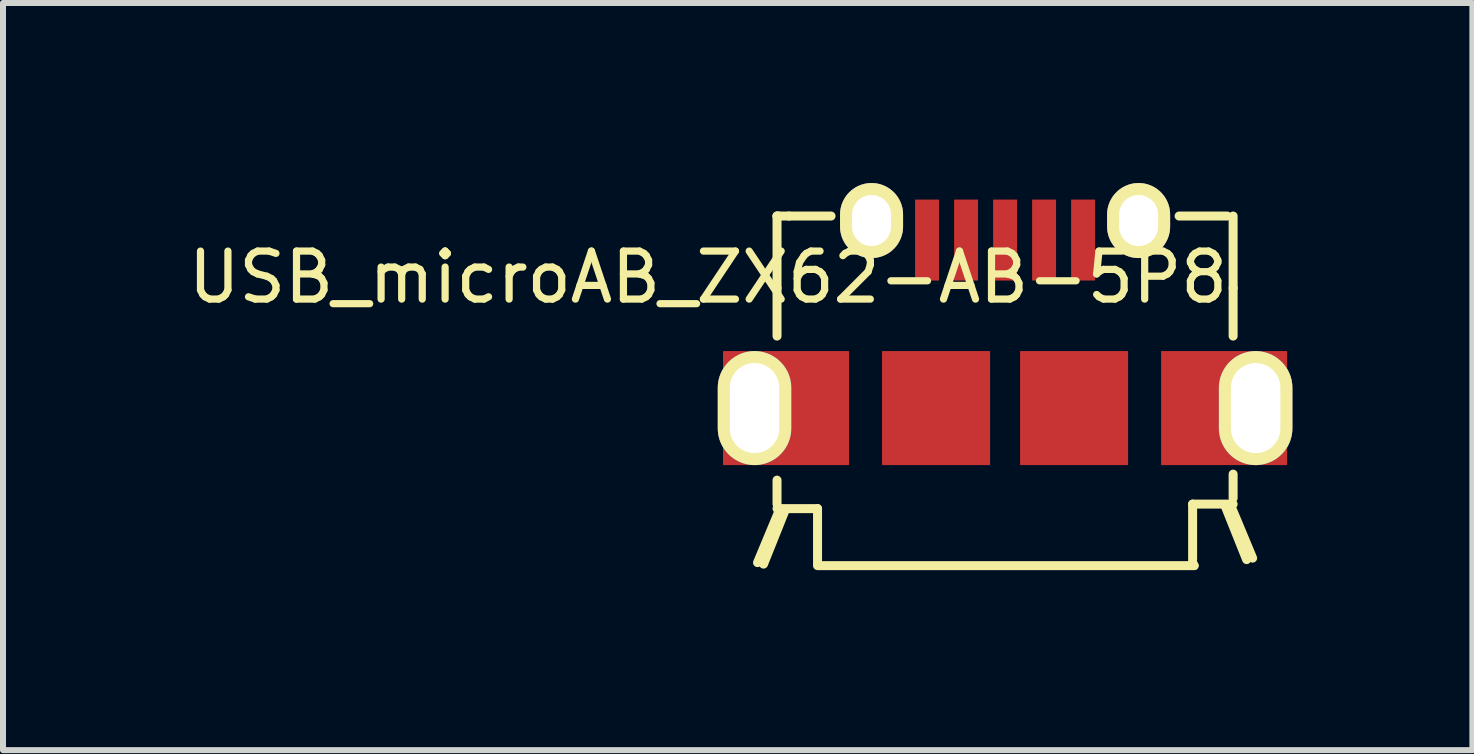
<source format=kicad_pcb>
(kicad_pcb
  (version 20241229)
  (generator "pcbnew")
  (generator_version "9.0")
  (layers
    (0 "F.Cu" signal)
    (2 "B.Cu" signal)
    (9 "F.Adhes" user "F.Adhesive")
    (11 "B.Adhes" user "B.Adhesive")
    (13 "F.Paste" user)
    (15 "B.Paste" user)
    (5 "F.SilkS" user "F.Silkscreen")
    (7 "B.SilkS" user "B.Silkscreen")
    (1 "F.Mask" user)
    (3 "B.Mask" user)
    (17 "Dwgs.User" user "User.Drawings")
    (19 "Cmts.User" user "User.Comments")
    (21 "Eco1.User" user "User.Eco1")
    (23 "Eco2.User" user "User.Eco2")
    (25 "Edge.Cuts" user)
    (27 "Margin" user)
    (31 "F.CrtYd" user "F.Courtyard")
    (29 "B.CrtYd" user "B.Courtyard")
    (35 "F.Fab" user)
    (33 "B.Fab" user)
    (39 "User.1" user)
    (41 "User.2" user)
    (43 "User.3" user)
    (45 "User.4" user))
  (footprint "USB_microAB_ZX62-AB-5P8"
    (layer "F.Cu")
    (at 13.698 0.95)
    (property "Reference" "USB_microAB_ZX62-AB-5P8" (at -4.95 0.62 0) (layer "F.SilkS") (effects (font (size 0.8 0.8) (thickness 0.12))))
    (attr smd)
    (fp_line (start -3.8 -0.4) (end -3.775 -0.4) (stroke (width 0.15) (type solid)) (layer "F.SilkS"))
    (fp_line (start -3.8 -0.4) (end -3.6 -0.4) (stroke (width 0.15) (type solid)) (layer "F.SilkS"))
    (fp_line (start -3.8 0.8) (end -3.8 -0.4) (stroke (width 0.15) (type solid)) (layer "F.SilkS"))
    (fp_line (start -3.8 4.475) (end -3.125 4.475) (stroke (width 0.15) (type solid)) (layer "F.SilkS"))
    (fp_line (start -3.8 1.6) (end -3.8 0.8) (stroke (width 0.15) (type solid)) (layer "F.SilkS"))
    (fp_line (start -3.8 4.4) (end -3.8 4.001) (stroke (width 0.15) (type solid)) (layer "F.SilkS"))
    (fp_line (start -3.75 4.475) (end -4.125 5.375) (stroke (width 0.15) (type solid)) (layer "F.SilkS"))
    (fp_line (start -3.675 4.525) (end -4.025 5.4) (stroke (width 0.15) (type solid)) (layer "F.SilkS"))
    (fp_line (start -3.6 -0.4) (end -2.9 -0.4) (stroke (width 0.15) (type solid)) (layer "F.SilkS"))
    (fp_line (start -3.125 4.475) (end -3.125 5.4) (stroke (width 0.15) (type solid)) (layer "F.SilkS"))
    (fp_line (start -3.125 5.425) (end 3.15 5.425) (stroke (width 0.15) (type solid)) (layer "F.SilkS"))
    (fp_line (start 3.125 4.4) (end 3.125 5.325) (stroke (width 0.15) (type solid)) (layer "F.SilkS"))
    (fp_line (start 3.15 5.425) (end 3.125 5.375) (stroke (width 0.15) (type solid)) (layer "F.SilkS"))
    (fp_line (start 3.675 4.45) (end 4.025 5.325) (stroke (width 0.15) (type solid)) (layer "F.SilkS"))
    (fp_line (start 3.7 -0.4) (end 2.9 -0.4) (stroke (width 0.15) (type solid)) (layer "F.SilkS"))
    (fp_line (start 3.75 4.4) (end 4.125 5.3) (stroke (width 0.15) (type solid)) (layer "F.SilkS"))
    (fp_line (start 3.8 1.6) (end 3.8 0.8) (stroke (width 0.15) (type solid)) (layer "F.SilkS"))
    (fp_line (start 3.8 4.3) (end 3.8 3.901) (stroke (width 0.15) (type solid)) (layer "F.SilkS"))
    (fp_line (start 3.8 0.8) (end 3.8 -0.4) (stroke (width 0.15) (type solid)) (layer "F.SilkS"))
    (fp_line (start 3.8 4.4) (end 3.125 4.4) (stroke (width 0.15) (type solid)) (layer "F.SilkS"))
    (pad "1" smd rect (at -1.3 0) (size 0.399 1.349) (layers "F.Cu" "F.Mask" "F.Paste"))
    (pad "2" smd rect (at -0.65 0) (size 0.399 1.349) (layers "F.Cu" "F.Mask" "F.Paste"))
    (pad "3" smd rect (at 0 0) (size 0.399 1.349) (layers "F.Cu" "F.Mask" "F.Paste"))
    (pad "4" smd rect (at 0.65 0) (size 0.399 1.349) (layers "F.Cu" "F.Mask" "F.Paste"))
    (pad "5" smd rect (at 1.3 0) (size 0.399 1.349) (layers "F.Cu" "F.Mask" "F.Paste"))
    (pad "7" thru_hole oval (at -4.175 2.8) (size 1.225 1.9) (drill oval 0.825 1.5) (layers "*.Cu" "*.Mask" "F.SilkS"))
    (pad "7" smd rect (at -3.65 2.8) (size 2.1 1.9) (layers "F.Cu" "F.Mask" "F.Paste"))
    (pad "7" thru_hole oval (at 2.225 -0.325) (size 1.05 1.25) (drill oval 0.65 0.85) (layers "*.Cu" "*.Mask" "F.SilkS"))
    (pad "7" smd rect (at 3.65 2.8) (size 2.1 1.9) (layers "F.Cu" "F.Mask" "F.Paste"))
    (pad "7" thru_hole oval (at 4.175 2.8) (size 1.225 1.9) (drill oval 0.825 1.5) (layers "*.Cu" "*.Mask" "F.SilkS"))
    (pad "7 " thru_hole oval (at -2.225 -0.325) (size 1.05 1.25) (drill oval 0.65 0.85) (layers "*.Cu" "*.Mask" "F.SilkS"))
    (pad "8" smd rect (at -1.15 2.8) (size 1.8 1.9) (layers "F.Cu" "F.Mask" "F.Paste"))
    (pad "9" smd rect (at 1.15 2.8) (size 1.8 1.9) (layers "F.Cu" "F.Mask" "F.Paste")))
  (gr_rect
    (start -3 -3)
    (end 21.485 9.45)
    (stroke (width 0.1) (type default))
    (fill no)
    (layer "Edge.Cuts")))
</source>
